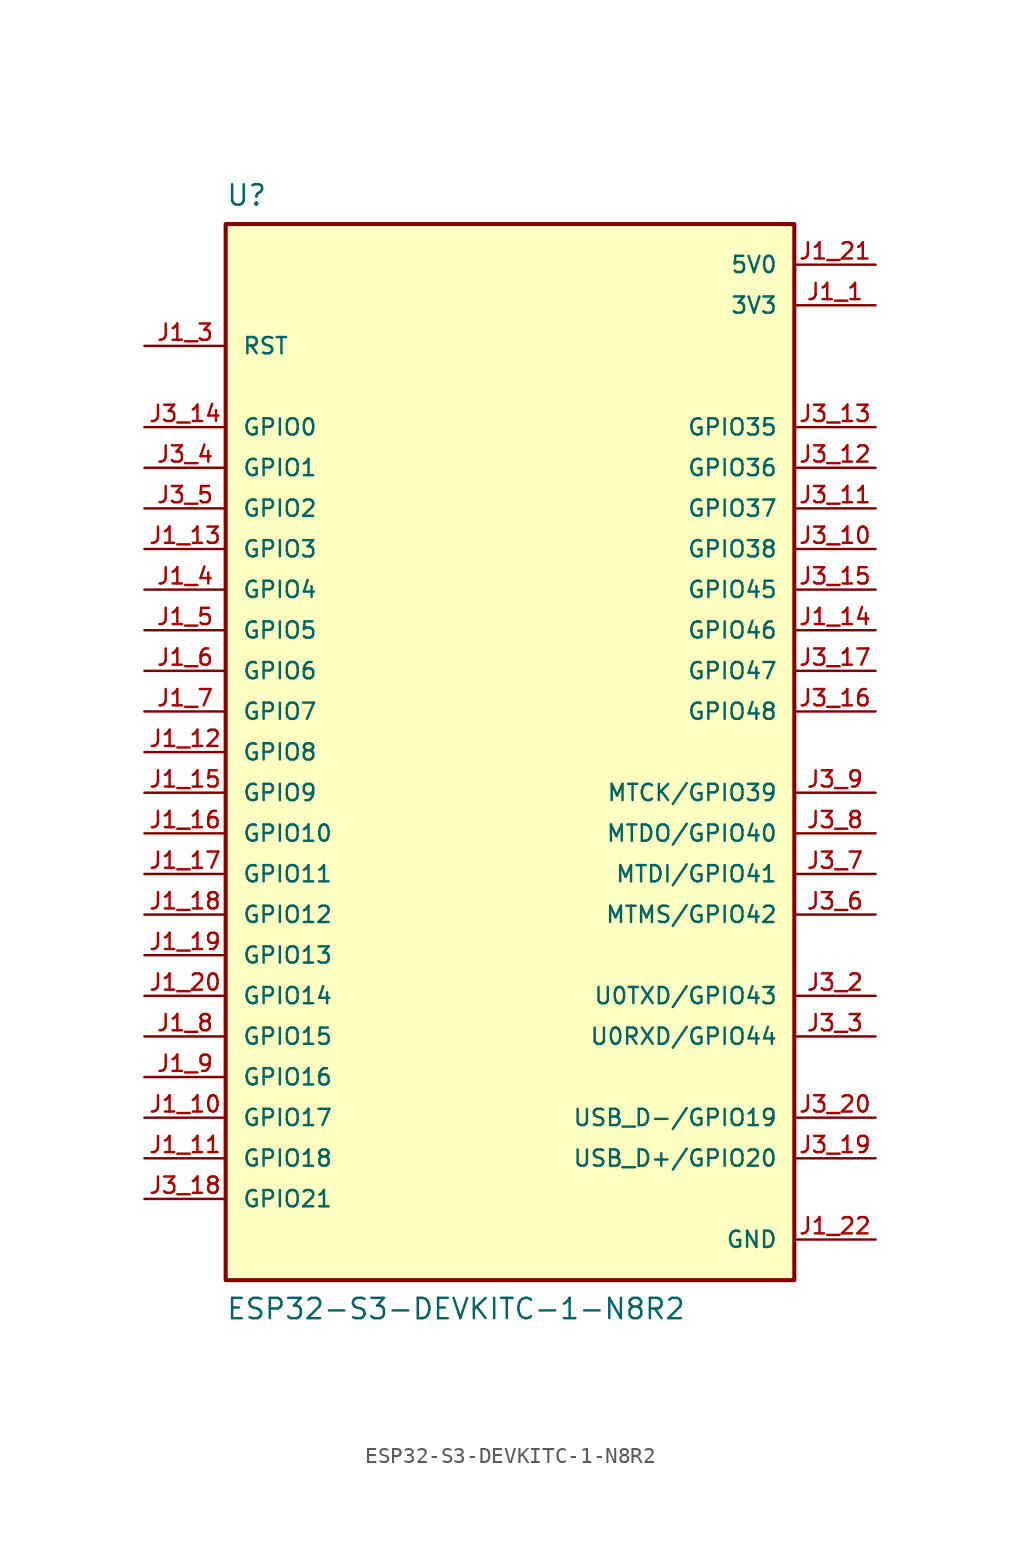
<source format=kicad_sym>
(kicad_symbol_lib
  (version 20211014)
  (generator kicad_symbol_editor)
  (symbol "ESP32-S3-DEVKITC-1-N8R2"
    (pin_names
      (offset 1.016))
    (property "Reference" "U"
      (at -17.78 35.56 0)
      (effects (font (size 1.27 1.27)) (justify top left)))
    (property "Value" "ESP32-S3-DEVKITC-1-N8R2"
      (at -17.78 -35.56 0)
      (effects (font (size 1.27 1.27)) (justify bottom left)))
    (symbol "ESP32-S3-DEVKITC-1-N8R2_0_0"
      (rectangle (start -17.78 -33.02) (end 17.78 33.02) (stroke (width 0.254)) (fill (type background)))
      (pin power_in line (at 22.86 27.94 180.0) (length 5.08) (name "3V3" (effects (font (size 1.016 1.016)))) (number "J1_1" (effects (font (size 1.016 1.016)))))
      (pin power_in line (at 22.86 27.94 180.0) (length 5.08) hide (name "3V3" (effects (font (size 1.016 1.016)))) (number "J1_2" (effects (font (size 1.016 1.016)))))
      (pin input line (at -22.86 25.4 0) (length 5.08) (name "RST" (effects (font (size 1.016 1.016)))) (number "J1_3" (effects (font (size 1.016 1.016)))))
      (pin bidirectional line (at -22.86 17.78 0) (length 5.08) (name "GPIO1" (effects (font (size 1.016 1.016)))) (number "J3_4" (effects (font (size 1.016 1.016)))))
      (pin bidirectional line (at -22.86 15.24 0) (length 5.08) (name "GPIO2" (effects (font (size 1.016 1.016)))) (number "J3_5" (effects (font (size 1.016 1.016)))))
      (pin bidirectional line (at -22.86 10.16 0) (length 5.08) (name "GPIO4" (effects (font (size 1.016 1.016)))) (number "J1_4" (effects (font (size 1.016 1.016)))))
      (pin bidirectional line (at -22.86 12.7 0) (length 5.08) (name "GPIO3" (effects (font (size 1.016 1.016)))) (number "J1_13" (effects (font (size 1.016 1.016)))))
      (pin bidirectional line (at -22.86 7.62 0) (length 5.08) (name "GPIO5" (effects (font (size 1.016 1.016)))) (number "J1_5" (effects (font (size 1.016 1.016)))))
      (pin bidirectional line (at -22.86 5.08 0) (length 5.08) (name "GPIO6" (effects (font (size 1.016 1.016)))) (number "J1_6" (effects (font (size 1.016 1.016)))))
      (pin bidirectional line (at -22.86 2.54 0) (length 5.08) (name "GPIO7" (effects (font (size 1.016 1.016)))) (number "J1_7" (effects (font (size 1.016 1.016)))))
      (pin bidirectional line (at -22.86 0.0 0) (length 5.08) (name "GPIO8" (effects (font (size 1.016 1.016)))) (number "J1_12" (effects (font (size 1.016 1.016)))))
      (pin bidirectional line (at -22.86 -2.54 0) (length 5.08) (name "GPIO9" (effects (font (size 1.016 1.016)))) (number "J1_15" (effects (font (size 1.016 1.016)))))
      (pin bidirectional line (at -22.86 -5.08 0) (length 5.08) (name "GPIO10" (effects (font (size 1.016 1.016)))) (number "J1_16" (effects (font (size 1.016 1.016)))))
      (pin bidirectional line (at -22.86 -7.62 0) (length 5.08) (name "GPIO11" (effects (font (size 1.016 1.016)))) (number "J1_17" (effects (font (size 1.016 1.016)))))
      (pin bidirectional line (at -22.86 -10.16 0) (length 5.08) (name "GPIO12" (effects (font (size 1.016 1.016)))) (number "J1_18" (effects (font (size 1.016 1.016)))))
      (pin bidirectional line (at -22.86 -12.7 0) (length 5.08) (name "GPIO13" (effects (font (size 1.016 1.016)))) (number "J1_19" (effects (font (size 1.016 1.016)))))
      (pin bidirectional line (at -22.86 -15.24 0) (length 5.08) (name "GPIO14" (effects (font (size 1.016 1.016)))) (number "J1_20" (effects (font (size 1.016 1.016)))))
      (pin bidirectional line (at -22.86 -17.78 0) (length 5.08) (name "GPIO15" (effects (font (size 1.016 1.016)))) (number "J1_8" (effects (font (size 1.016 1.016)))))
      (pin bidirectional line (at -22.86 -20.32 0) (length 5.08) (name "GPIO16" (effects (font (size 1.016 1.016)))) (number "J1_9" (effects (font (size 1.016 1.016)))))
      (pin bidirectional line (at -22.86 -22.86 0) (length 5.08) (name "GPIO17" (effects (font (size 1.016 1.016)))) (number "J1_10" (effects (font (size 1.016 1.016)))))
      (pin bidirectional line (at -22.86 -25.4 0) (length 5.08) (name "GPIO18" (effects (font (size 1.016 1.016)))) (number "J1_11" (effects (font (size 1.016 1.016)))))
      (pin bidirectional line (at -22.86 20.32 0) (length 5.08) (name "GPIO0" (effects (font (size 1.016 1.016)))) (number "J3_14" (effects (font (size 1.016 1.016)))))
      (pin power_in line (at 22.86 -30.48 180.0) (length 5.08) (name "GND" (effects (font (size 1.016 1.016)))) (number "J1_22" (effects (font (size 1.016 1.016)))))
      (pin power_in line (at 22.86 -30.48 180.0) (length 5.08) hide (name "GND" (effects (font (size 1.016 1.016)))) (number "J3_1" (effects (font (size 1.016 1.016)))))
      (pin power_in line (at 22.86 -30.48 180.0) (length 5.08) hide (name "GND" (effects (font (size 1.016 1.016)))) (number "J3_21" (effects (font (size 1.016 1.016)))))
      (pin power_in line (at 22.86 -30.48 180.0) (length 5.08) hide (name "GND" (effects (font (size 1.016 1.016)))) (number "J3_22" (effects (font (size 1.016 1.016)))))
      (pin power_in line (at 22.86 30.48 180.0) (length 5.08) (name "5V0" (effects (font (size 1.016 1.016)))) (number "J1_21" (effects (font (size 1.016 1.016)))))
      (pin bidirectional line (at 22.86 2.54 180.0) (length 5.08) (name "GPIO48" (effects (font (size 1.016 1.016)))) (number "J3_16" (effects (font (size 1.016 1.016)))))
      (pin bidirectional line (at 22.86 5.08 180.0) (length 5.08) (name "GPIO47" (effects (font (size 1.016 1.016)))) (number "J3_17" (effects (font (size 1.016 1.016)))))
      (pin bidirectional line (at 22.86 7.62 180.0) (length 5.08) (name "GPIO46" (effects (font (size 1.016 1.016)))) (number "J1_14" (effects (font (size 1.016 1.016)))))
      (pin bidirectional line (at 22.86 10.16 180.0) (length 5.08) (name "GPIO45" (effects (font (size 1.016 1.016)))) (number "J3_15" (effects (font (size 1.016 1.016)))))
      (pin bidirectional line (at -22.86 -27.94 0) (length 5.08) (name "GPIO21" (effects (font (size 1.016 1.016)))) (number "J3_18" (effects (font (size 1.016 1.016)))))
      (pin bidirectional line (at 22.86 -25.4 180.0) (length 5.08) (name "USB_D+/GPIO20" (effects (font (size 1.016 1.016)))) (number "J3_19" (effects (font (size 1.016 1.016)))))
      (pin bidirectional line (at 22.86 -22.86 180.0) (length 5.08) (name "USB_D-/GPIO19" (effects (font (size 1.016 1.016)))) (number "J3_20" (effects (font (size 1.016 1.016)))))
      (pin bidirectional line (at 22.86 -17.78 180.0) (length 5.08) (name "U0RXD/GPIO44" (effects (font (size 1.016 1.016)))) (number "J3_3" (effects (font (size 1.016 1.016)))))
      (pin bidirectional line (at 22.86 -15.24 180.0) (length 5.08) (name "U0TXD/GPIO43" (effects (font (size 1.016 1.016)))) (number "J3_2" (effects (font (size 1.016 1.016)))))
      (pin bidirectional line (at 22.86 -10.16 180.0) (length 5.08) (name "MTMS/GPIO42" (effects (font (size 1.016 1.016)))) (number "J3_6" (effects (font (size 1.016 1.016)))))
      (pin bidirectional line (at 22.86 -7.62 180.0) (length 5.08) (name "MTDI/GPIO41" (effects (font (size 1.016 1.016)))) (number "J3_7" (effects (font (size 1.016 1.016)))))
      (pin bidirectional line (at 22.86 -5.08 180.0) (length 5.08) (name "MTDO/GPIO40" (effects (font (size 1.016 1.016)))) (number "J3_8" (effects (font (size 1.016 1.016)))))
      (pin bidirectional line (at 22.86 -2.54 180.0) (length 5.08) (name "MTCK/GPIO39" (effects (font (size 1.016 1.016)))) (number "J3_9" (effects (font (size 1.016 1.016)))))
      (pin bidirectional line (at 22.86 12.7 180.0) (length 5.08) (name "GPIO38" (effects (font (size 1.016 1.016)))) (number "J3_10" (effects (font (size 1.016 1.016)))))
      (pin bidirectional line (at 22.86 15.24 180.0) (length 5.08) (name "GPIO37" (effects (font (size 1.016 1.016)))) (number "J3_11" (effects (font (size 1.016 1.016)))))
      (pin bidirectional line (at 22.86 17.78 180.0) (length 5.08) (name "GPIO36" (effects (font (size 1.016 1.016)))) (number "J3_12" (effects (font (size 1.016 1.016)))))
      (pin bidirectional line (at 22.86 20.32 180.0) (length 5.08) (name "GPIO35" (effects (font (size 1.016 1.016)))) (number "J3_13" (effects (font (size 1.016 1.016))))))))
</source>
